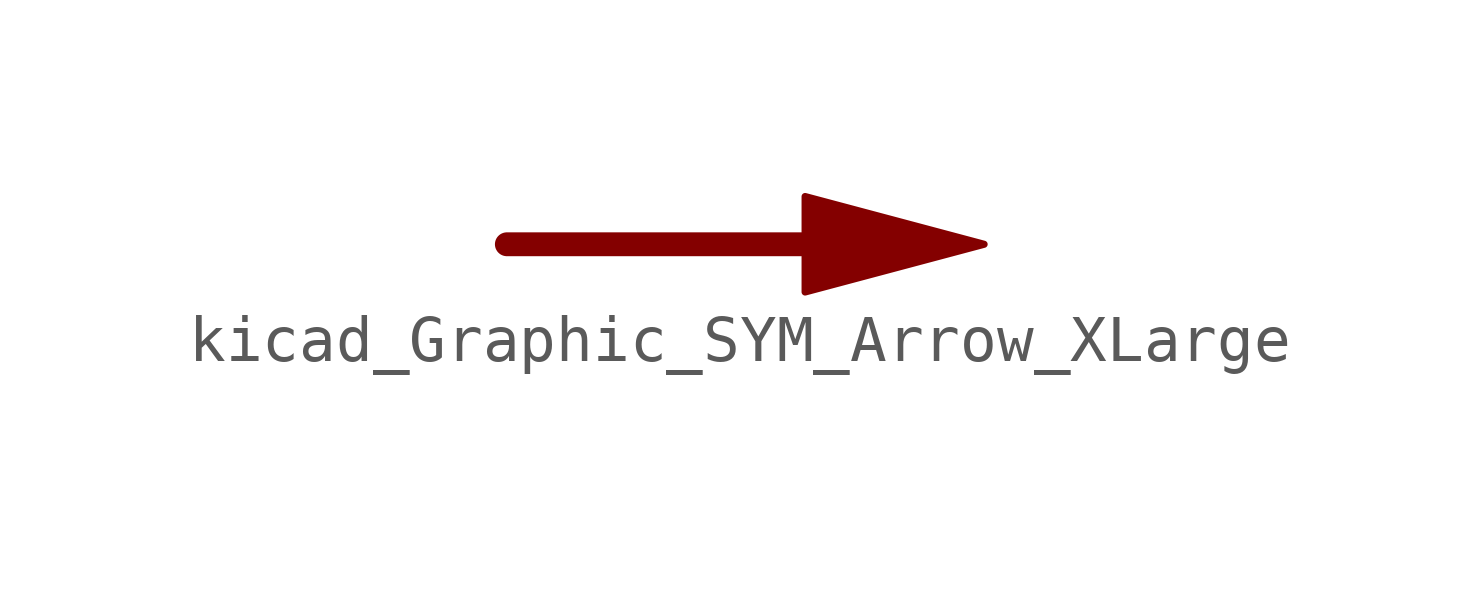
<source format=kicad_sym>
(kicad_symbol_lib
  (version 20220914)
  (generator kicad_symbol_editor)
  (symbol "kicad_Graphic_SYM_Arrow_XLarge"
    (property "Reference" "#SYM"
      (at 0 2.286 0)
      (effects (font (size 1.27 1.27)) hide))
    (symbol "kicad_Graphic_SYM_Arrow_XLarge_0_1"
      (polyline (pts (xy 2.54 0) (xy -5.08 0)) (stroke (width 0.508) (type default)) (fill (type none)))
      (polyline (pts (xy 5.08 0) (xy 1.27 -1.016) (xy 1.27 1.016) (xy 5.08 0)) (stroke (width 0) (type default)) (fill (type outline))))))
</source>
